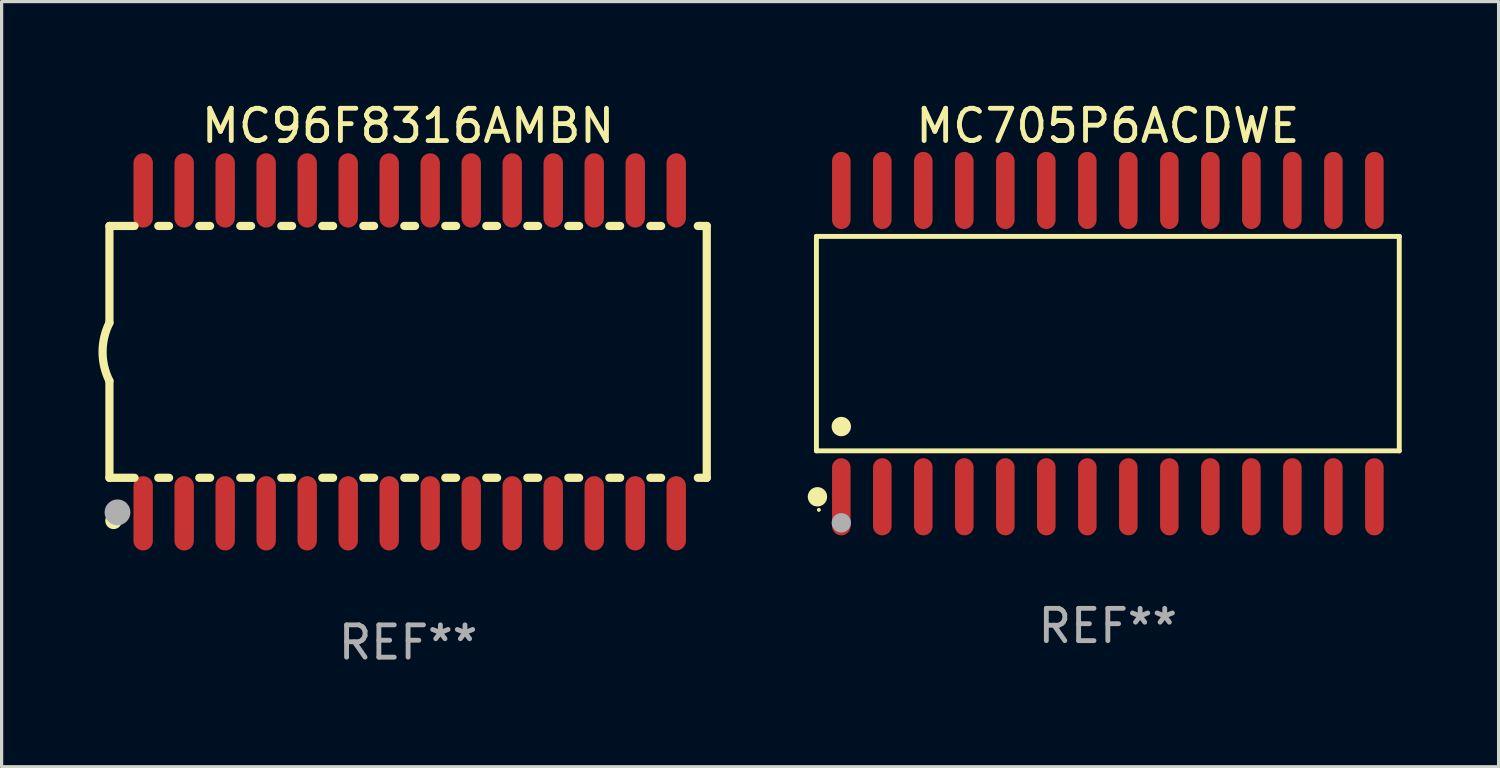
<source format=kicad_pcb>
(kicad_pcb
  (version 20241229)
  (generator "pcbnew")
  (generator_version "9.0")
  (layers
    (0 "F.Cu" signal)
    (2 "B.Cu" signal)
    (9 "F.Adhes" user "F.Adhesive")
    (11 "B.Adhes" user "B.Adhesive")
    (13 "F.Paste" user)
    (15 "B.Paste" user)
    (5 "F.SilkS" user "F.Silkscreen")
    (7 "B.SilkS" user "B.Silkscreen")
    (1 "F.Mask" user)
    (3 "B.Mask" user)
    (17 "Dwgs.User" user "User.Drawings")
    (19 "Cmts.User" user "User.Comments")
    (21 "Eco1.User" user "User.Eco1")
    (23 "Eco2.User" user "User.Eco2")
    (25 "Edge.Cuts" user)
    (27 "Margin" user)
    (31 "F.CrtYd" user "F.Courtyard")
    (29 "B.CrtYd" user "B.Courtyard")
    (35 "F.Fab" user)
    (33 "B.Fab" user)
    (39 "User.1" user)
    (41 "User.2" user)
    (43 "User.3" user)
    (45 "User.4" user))
  (footprint "MC96F8316AMBN"
    (layer "F.Cu")
    (at 9.589 7.848)
    (property "Reference" "MC96F8316AMBN" (at 0 -7 0) (layer "F.SilkS") (effects (font (size 1 1) (thickness 0.15))))
    (attr through_hole)
    (fp_line (start -9.25 -3.9) (end -9.25 -0.9) (stroke (width 0.254) (type solid)) (layer "F.SilkS"))
    (fp_line (start -9.25 -3.9) (end -8.473 -3.9) (stroke (width 0.254) (type solid)) (layer "F.SilkS"))
    (fp_line (start -9.25 3.9) (end -9.25 0.9) (stroke (width 0.254) (type solid)) (layer "F.SilkS"))
    (fp_line (start -9.25 3.9) (end -8.473 3.9) (stroke (width 0.254) (type solid)) (layer "F.SilkS"))
    (fp_line (start -7.737 -3.9) (end -7.403 -3.9) (stroke (width 0.254) (type solid)) (layer "F.SilkS"))
    (fp_line (start -7.737 3.9) (end -7.403 3.9) (stroke (width 0.254) (type solid)) (layer "F.SilkS"))
    (fp_line (start -6.467 3.9) (end -6.133 3.9) (stroke (width 0.254) (type solid)) (layer "F.SilkS"))
    (fp_line (start -6.467 -3.9) (end -6.133 -3.9) (stroke (width 0.254) (type solid)) (layer "F.SilkS"))
    (fp_line (start -5.197 3.9) (end -4.863 3.9) (stroke (width 0.254) (type solid)) (layer "F.SilkS"))
    (fp_line (start -5.197 -3.9) (end -4.863 -3.9) (stroke (width 0.254) (type solid)) (layer "F.SilkS"))
    (fp_line (start -3.927 3.9) (end -3.593 3.9) (stroke (width 0.254) (type solid)) (layer "F.SilkS"))
    (fp_line (start -3.927 -3.9) (end -3.593 -3.9) (stroke (width 0.254) (type solid)) (layer "F.SilkS"))
    (fp_line (start -2.657 3.9) (end -2.323 3.9) (stroke (width 0.254) (type solid)) (layer "F.SilkS"))
    (fp_line (start -2.657 -3.9) (end -2.323 -3.9) (stroke (width 0.254) (type solid)) (layer "F.SilkS"))
    (fp_line (start -1.387 3.9) (end -1.053 3.9) (stroke (width 0.254) (type solid)) (layer "F.SilkS"))
    (fp_line (start -1.387 -3.9) (end -1.053 -3.9) (stroke (width 0.254) (type solid)) (layer "F.SilkS"))
    (fp_line (start -0.117 3.9) (end 0.217 3.9) (stroke (width 0.254) (type solid)) (layer "F.SilkS"))
    (fp_line (start -0.117 -3.9) (end 0.217 -3.9) (stroke (width 0.254) (type solid)) (layer "F.SilkS"))
    (fp_line (start 1.153 3.9) (end 1.487 3.9) (stroke (width 0.254) (type solid)) (layer "F.SilkS"))
    (fp_line (start 1.153 -3.9) (end 1.487 -3.9) (stroke (width 0.254) (type solid)) (layer "F.SilkS"))
    (fp_line (start 2.423 3.9) (end 2.757 3.9) (stroke (width 0.254) (type solid)) (layer "F.SilkS"))
    (fp_line (start 2.423 -3.9) (end 2.757 -3.9) (stroke (width 0.254) (type solid)) (layer "F.SilkS"))
    (fp_line (start 3.693 3.9) (end 4.027 3.9) (stroke (width 0.254) (type solid)) (layer "F.SilkS"))
    (fp_line (start 3.693 -3.9) (end 4.027 -3.9) (stroke (width 0.254) (type solid)) (layer "F.SilkS"))
    (fp_line (start 4.963 3.9) (end 5.297 3.9) (stroke (width 0.254) (type solid)) (layer "F.SilkS"))
    (fp_line (start 4.963 -3.9) (end 5.297 -3.9) (stroke (width 0.254) (type solid)) (layer "F.SilkS"))
    (fp_line (start 6.233 3.9) (end 6.567 3.9) (stroke (width 0.254) (type solid)) (layer "F.SilkS"))
    (fp_line (start 6.233 -3.9) (end 6.567 -3.9) (stroke (width 0.254) (type solid)) (layer "F.SilkS"))
    (fp_line (start 7.503 -3.9) (end 7.837 -3.9) (stroke (width 0.254) (type solid)) (layer "F.SilkS"))
    (fp_line (start 7.503 3.9) (end 7.837 3.9) (stroke (width 0.254) (type solid)) (layer "F.SilkS"))
    (fp_line (start 8.973 -3.9) (end 9.05 -3.9) (stroke (width 0.254) (type solid)) (layer "F.SilkS"))
    (fp_line (start 8.973 3.9) (end 9.25 3.9) (stroke (width 0.254) (type solid)) (layer "F.SilkS"))
    (fp_line (start 9.05 -3.9) (end 9.25 -3.9) (stroke (width 0.254) (type solid)) (layer "F.SilkS"))
    (fp_line (start 9.25 -3.9) (end 9.25 3.9) (stroke (width 0.254) (type solid)) (layer "F.SilkS"))
    (fp_arc (start -9.249619 0.900432) (mid -9.462013 0.000246) (end -9.249873 -0.9) (stroke (width 0.254001) (type solid)) (layer "F.SilkS"))
    (fp_circle (center -9.2 5.3) (end -9.17 5.3) (stroke (width 0.06) (type solid)) (fill no) (layer "F.SilkS"))
    (fp_circle (center -9.12 5.23) (end -8.988 5.23) (stroke (width 0.254) (type solid)) (fill no) (layer "F.SilkS"))
    (fp_circle (center -9 4.97) (end -8.8 4.97) (stroke (width 0.4) (type solid)) (fill no) (layer "F.Fab"))
    (fp_text user "REF**" (at 0 9 0) (layer "F.Fab") (effects (font (size 1 1) (thickness 0.15))))
    (pad "1" smd oval (at -8.205 5) (size 0.6 2.3) (layers "F.Cu" "F.Mask" "F.Paste"))
    (pad "2" smd oval (at -6.935 5) (size 0.6 2.3) (layers "F.Cu" "F.Mask" "F.Paste"))
    (pad "3" smd oval (at -5.665 5) (size 0.6 2.3) (layers "F.Cu" "F.Mask" "F.Paste"))
    (pad "4" smd oval (at -4.395 5) (size 0.6 2.3) (layers "F.Cu" "F.Mask" "F.Paste"))
    (pad "5" smd oval (at -3.125 5) (size 0.6 2.3) (layers "F.Cu" "F.Mask" "F.Paste"))
    (pad "6" smd oval (at -1.855 5) (size 0.6 2.3) (layers "F.Cu" "F.Mask" "F.Paste"))
    (pad "7" smd oval (at -0.585 5) (size 0.6 2.3) (layers "F.Cu" "F.Mask" "F.Paste"))
    (pad "8" smd oval (at 0.685 5) (size 0.6 2.3) (layers "F.Cu" "F.Mask" "F.Paste"))
    (pad "9" smd oval (at 1.955 5) (size 0.6 2.3) (layers "F.Cu" "F.Mask" "F.Paste"))
    (pad "10" smd oval (at 3.225 5) (size 0.6 2.3) (layers "F.Cu" "F.Mask" "F.Paste"))
    (pad "11" smd oval (at 4.495 5) (size 0.6 2.3) (layers "F.Cu" "F.Mask" "F.Paste"))
    (pad "12" smd oval (at 5.765 5) (size 0.6 2.3) (layers "F.Cu" "F.Mask" "F.Paste"))
    (pad "13" smd oval (at 7.035 5) (size 0.6 2.3) (layers "F.Cu" "F.Mask" "F.Paste"))
    (pad "14" smd oval (at 8.305 5) (size 0.6 2.3) (layers "F.Cu" "F.Mask" "F.Paste"))
    (pad "15" smd oval (at 8.305 -5) (size 0.6 2.3) (layers "F.Cu" "F.Mask" "F.Paste"))
    (pad "16" smd oval (at 7.035 -5) (size 0.6 2.3) (layers "F.Cu" "F.Mask" "F.Paste"))
    (pad "17" smd oval (at 5.765 -5) (size 0.6 2.3) (layers "F.Cu" "F.Mask" "F.Paste"))
    (pad "18" smd oval (at 4.495 -5) (size 0.6 2.3) (layers "F.Cu" "F.Mask" "F.Paste"))
    (pad "19" smd oval (at 3.225 -5) (size 0.6 2.3) (layers "F.Cu" "F.Mask" "F.Paste"))
    (pad "20" smd oval (at 1.955 -5) (size 0.6 2.3) (layers "F.Cu" "F.Mask" "F.Paste"))
    (pad "21" smd oval (at 0.685 -5) (size 0.6 2.3) (layers "F.Cu" "F.Mask" "F.Paste"))
    (pad "22" smd oval (at -0.585 -5) (size 0.6 2.3) (layers "F.Cu" "F.Mask" "F.Paste"))
    (pad "23" smd oval (at -1.855 -5) (size 0.6 2.3) (layers "F.Cu" "F.Mask" "F.Paste"))
    (pad "24" smd oval (at -3.125 -5) (size 0.6 2.3) (layers "F.Cu" "F.Mask" "F.Paste"))
    (pad "25" smd oval (at -4.395 -5) (size 0.6 2.3) (layers "F.Cu" "F.Mask" "F.Paste"))
    (pad "26" smd oval (at -5.665 -5) (size 0.6 2.3) (layers "F.Cu" "F.Mask" "F.Paste"))
    (pad "27" smd oval (at -6.935 -5) (size 0.6 2.3) (layers "F.Cu" "F.Mask" "F.Paste"))
    (pad "28" smd oval (at -8.205 -5) (size 0.6 2.3) (layers "F.Cu" "F.Mask" "F.Paste")))
  (footprint "MC705P6ACDWE"
    (layer "F.Cu")
    (at 31.261 7.592)
    (property "Reference" "MC705P6ACDWE" (at 0 -6.744 0) (layer "F.SilkS") (effects (font (size 1 1) (thickness 0.15))))
    (attr through_hole)
    (fp_line (start -9.026 -3.321) (end 9.026 -3.321) (stroke (width 0.152) (type solid)) (layer "F.SilkS"))
    (fp_line (start -9.026 3.321) (end -9.026 -3.321) (stroke (width 0.152) (type solid)) (layer "F.SilkS"))
    (fp_line (start 9.026 -3.321) (end 9.026 3.321) (stroke (width 0.152) (type solid)) (layer "F.SilkS"))
    (fp_line (start 9.026 3.321) (end -9.026 3.321) (stroke (width 0.152) (type solid)) (layer "F.SilkS"))
    (fp_circle (center -8.994 4.744) (end -8.844 4.744) (stroke (width 0.3) (type solid)) (fill no) (layer "F.SilkS"))
    (fp_circle (center -8.95 5.15) (end -8.92 5.15) (stroke (width 0.06) (type solid)) (fill no) (layer "F.SilkS"))
    (fp_circle (center -8.255 2.569) (end -8.105 2.569) (stroke (width 0.3) (type solid)) (fill no) (layer "F.SilkS"))
    (fp_circle (center -8.255 5.55) (end -8.105 5.55) (stroke (width 0.3) (type solid)) (fill no) (layer "F.Fab"))
    (fp_text user "REF**" (at 0 8.744 0) (layer "F.Fab") (effects (font (size 1 1) (thickness 0.15))))
    (pad "1" smd oval (at -8.255 4.744) (size 0.574 2.388) (layers "F.Cu" "F.Mask" "F.Paste"))
    (pad "2" smd oval (at -6.985 4.744) (size 0.574 2.388) (layers "F.Cu" "F.Mask" "F.Paste"))
    (pad "3" smd oval (at -5.715 4.744) (size 0.574 2.388) (layers "F.Cu" "F.Mask" "F.Paste"))
    (pad "4" smd oval (at -4.445 4.744) (size 0.574 2.388) (layers "F.Cu" "F.Mask" "F.Paste"))
    (pad "5" smd oval (at -3.175 4.744) (size 0.574 2.388) (layers "F.Cu" "F.Mask" "F.Paste"))
    (pad "6" smd oval (at -1.905 4.744) (size 0.574 2.388) (layers "F.Cu" "F.Mask" "F.Paste"))
    (pad "7" smd oval (at -0.635 4.744) (size 0.574 2.388) (layers "F.Cu" "F.Mask" "F.Paste"))
    (pad "8" smd oval (at 0.635 4.744) (size 0.574 2.388) (layers "F.Cu" "F.Mask" "F.Paste"))
    (pad "9" smd oval (at 1.905 4.744) (size 0.574 2.388) (layers "F.Cu" "F.Mask" "F.Paste"))
    (pad "10" smd oval (at 3.175 4.744) (size 0.574 2.388) (layers "F.Cu" "F.Mask" "F.Paste"))
    (pad "11" smd oval (at 4.445 4.744) (size 0.574 2.388) (layers "F.Cu" "F.Mask" "F.Paste"))
    (pad "12" smd oval (at 5.715 4.744) (size 0.574 2.388) (layers "F.Cu" "F.Mask" "F.Paste"))
    (pad "13" smd oval (at 6.985 4.744) (size 0.574 2.388) (layers "F.Cu" "F.Mask" "F.Paste"))
    (pad "14" smd oval (at 8.255 4.744) (size 0.574 2.388) (layers "F.Cu" "F.Mask" "F.Paste"))
    (pad "15" smd oval (at 8.255 -4.744) (size 0.574 2.388) (layers "F.Cu" "F.Mask" "F.Paste"))
    (pad "16" smd oval (at 6.985 -4.744) (size 0.574 2.388) (layers "F.Cu" "F.Mask" "F.Paste"))
    (pad "17" smd oval (at 5.715 -4.744) (size 0.574 2.388) (layers "F.Cu" "F.Mask" "F.Paste"))
    (pad "18" smd oval (at 4.445 -4.744) (size 0.574 2.388) (layers "F.Cu" "F.Mask" "F.Paste"))
    (pad "19" smd oval (at 3.175 -4.744) (size 0.574 2.388) (layers "F.Cu" "F.Mask" "F.Paste"))
    (pad "20" smd oval (at 1.905 -4.744) (size 0.574 2.388) (layers "F.Cu" "F.Mask" "F.Paste"))
    (pad "21" smd oval (at 0.635 -4.744) (size 0.574 2.388) (layers "F.Cu" "F.Mask" "F.Paste"))
    (pad "22" smd oval (at -0.635 -4.744) (size 0.574 2.388) (layers "F.Cu" "F.Mask" "F.Paste"))
    (pad "23" smd oval (at -1.905 -4.744) (size 0.574 2.388) (layers "F.Cu" "F.Mask" "F.Paste"))
    (pad "24" smd oval (at -3.175 -4.744) (size 0.574 2.388) (layers "F.Cu" "F.Mask" "F.Paste"))
    (pad "25" smd oval (at -4.445 -4.744) (size 0.574 2.388) (layers "F.Cu" "F.Mask" "F.Paste"))
    (pad "26" smd oval (at -5.715 -4.744) (size 0.574 2.388) (layers "F.Cu" "F.Mask" "F.Paste"))
    (pad "27" smd oval (at -6.985 -4.744) (size 0.574 2.388) (layers "F.Cu" "F.Mask" "F.Paste"))
    (pad "28" smd oval (at -8.255 -4.744) (size 0.574 2.388) (layers "F.Cu" "F.Mask" "F.Paste")))
  (gr_rect
    (start -3 -3)
    (end 43.363 20.697)
    (stroke (width 0.1) (type default))
    (fill no)
    (layer "Edge.Cuts")))
</source>
